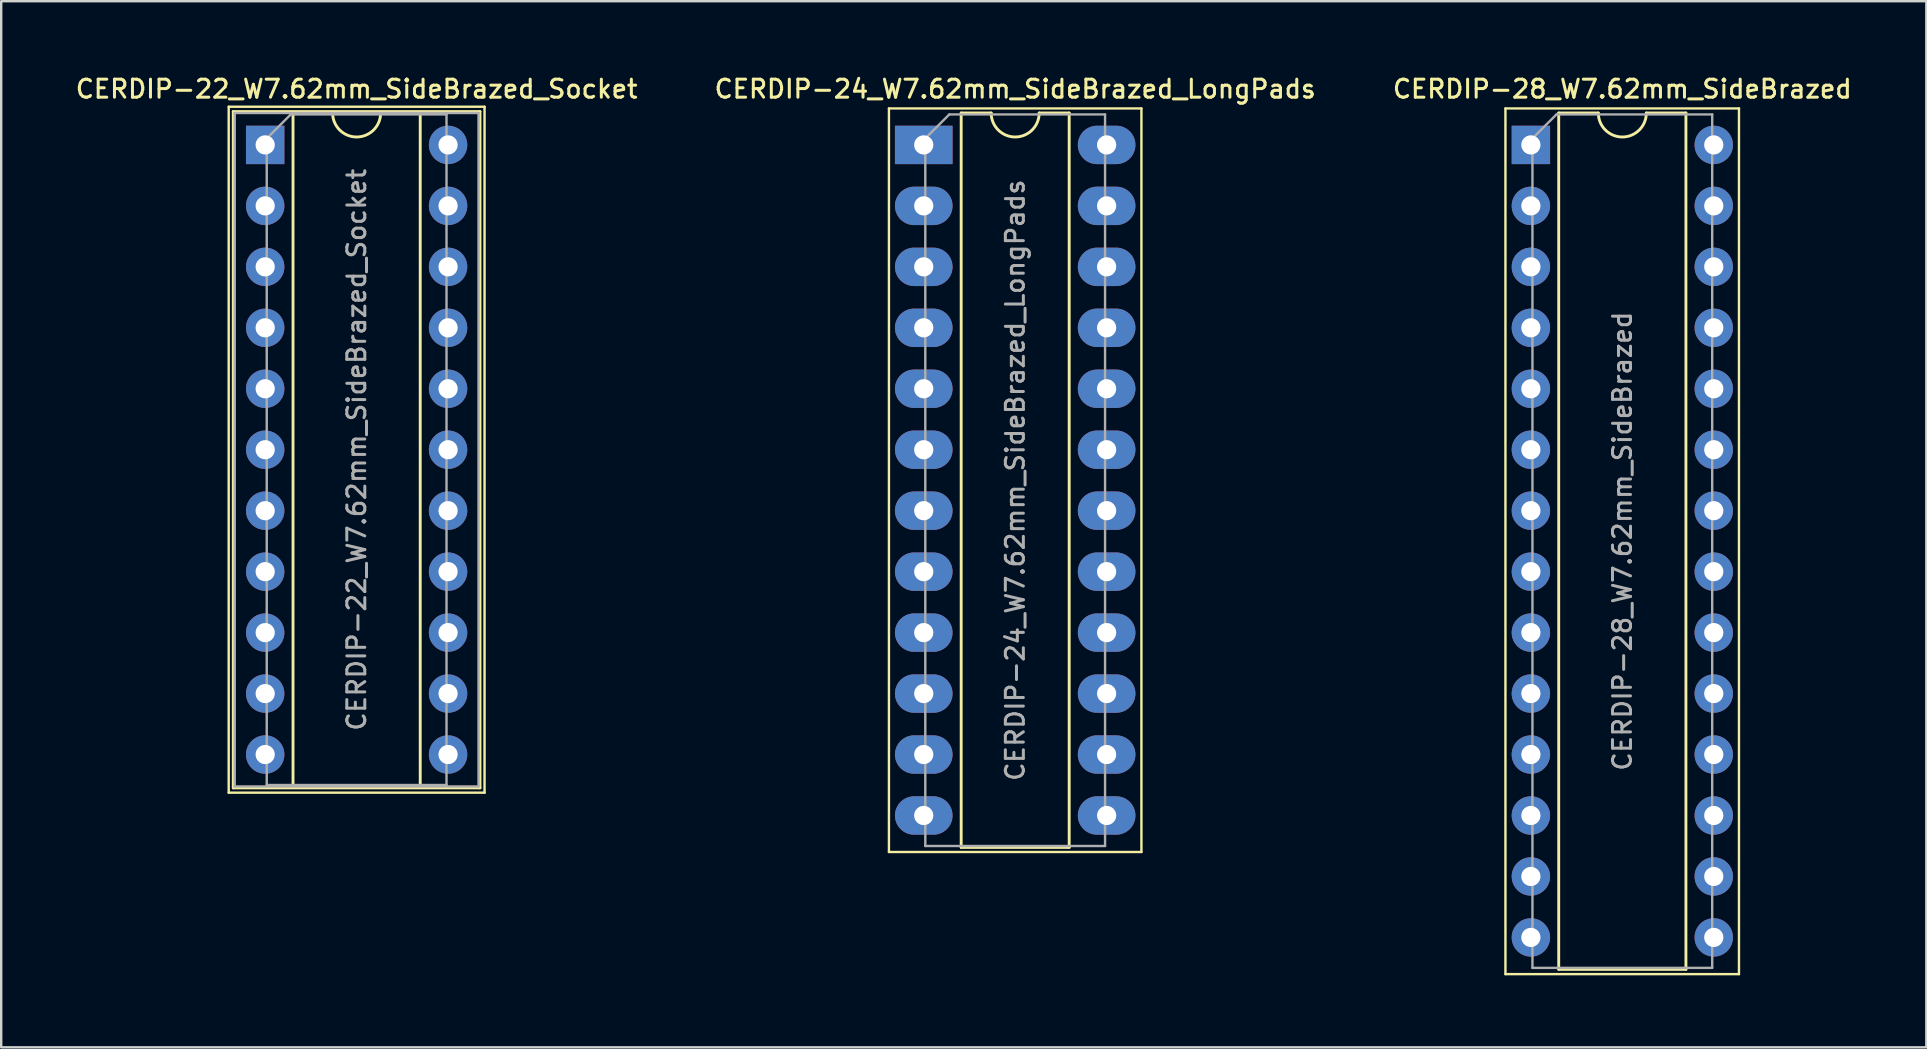
<source format=kicad_pcb>
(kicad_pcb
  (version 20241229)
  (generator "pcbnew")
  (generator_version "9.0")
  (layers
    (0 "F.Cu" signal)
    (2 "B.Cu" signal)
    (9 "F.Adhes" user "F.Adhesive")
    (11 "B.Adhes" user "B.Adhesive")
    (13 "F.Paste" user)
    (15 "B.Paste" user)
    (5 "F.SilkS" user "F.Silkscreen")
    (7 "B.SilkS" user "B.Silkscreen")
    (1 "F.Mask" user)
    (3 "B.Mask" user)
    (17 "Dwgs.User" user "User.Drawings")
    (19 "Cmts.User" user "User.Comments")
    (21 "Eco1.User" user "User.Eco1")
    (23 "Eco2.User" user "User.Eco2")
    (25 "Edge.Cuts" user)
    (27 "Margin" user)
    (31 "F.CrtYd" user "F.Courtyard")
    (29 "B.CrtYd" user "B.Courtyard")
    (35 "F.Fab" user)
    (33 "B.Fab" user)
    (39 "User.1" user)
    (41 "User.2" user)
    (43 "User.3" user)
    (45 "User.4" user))
  (footprint "CERDIP-24_W7.62mm_SideBrazed_LongPads"
    (layer "F.Cu")
    (at 35.438 2.988)
    (property "Reference" "CERDIP-24_W7.62mm_SideBrazed_LongPads" (at 3.81 -2.33 0) (layer "F.SilkS") (effects (font (size 0.75 0.75) (thickness 0.125))))
    (attr through_hole)
    (fp_line (start -1.45 -1.52) (end -1.45 29.46) (stroke (width 0.1) (type solid)) (layer "F.SilkS"))
    (fp_line (start -1.45 29.46) (end 9.07 29.46) (stroke (width 0.1) (type solid)) (layer "F.SilkS"))
    (fp_line (start 1.56 -1.33) (end 1.56 29.27) (stroke (width 0.12) (type solid)) (layer "F.SilkS"))
    (fp_line (start 1.56 29.27) (end 6.06 29.27) (stroke (width 0.12) (type solid)) (layer "F.SilkS"))
    (fp_line (start 2.81 -1.33) (end 1.56 -1.33) (stroke (width 0.12) (type solid)) (layer "F.SilkS"))
    (fp_line (start 6.06 -1.33) (end 4.81 -1.33) (stroke (width 0.12) (type solid)) (layer "F.SilkS"))
    (fp_line (start 6.06 29.27) (end 6.06 -1.33) (stroke (width 0.12) (type solid)) (layer "F.SilkS"))
    (fp_line (start 9.07 -1.52) (end -1.45 -1.52) (stroke (width 0.1) (type solid)) (layer "F.SilkS"))
    (fp_line (start 9.07 29.46) (end 9.07 -1.52) (stroke (width 0.1) (type solid)) (layer "F.SilkS"))
    (fp_arc (start 4.81 -1.33) (mid 3.81 -0.33) (end 2.81 -1.33) (stroke (width 0.12) (type solid)) (layer "F.SilkS"))
    (fp_line (start 0.065 -0.27) (end 1.065 -1.27) (stroke (width 0.1) (type solid)) (layer "F.Fab"))
    (fp_line (start 0.065 29.21) (end 0.065 -0.27) (stroke (width 0.1) (type solid)) (layer "F.Fab"))
    (fp_line (start 1.065 -1.27) (end 7.555 -1.27) (stroke (width 0.1) (type solid)) (layer "F.Fab"))
    (fp_line (start 7.555 -1.27) (end 7.555 29.21) (stroke (width 0.1) (type solid)) (layer "F.Fab"))
    (fp_line (start 7.555 29.21) (end 0.065 29.21) (stroke (width 0.1) (type solid)) (layer "F.Fab"))
    (fp_text user "${REFERENCE}" (at 3.81 13.97 90) (layer "F.Fab") (effects (font (size 0.75 0.75) (thickness 0.125))))
    (pad "1" thru_hole rect (at 0 0) (size 2.4 1.6) (drill 0.8) (layers "*.Cu" "*.Mask"))
    (pad "2" thru_hole oval (at 0 2.54) (size 2.4 1.6) (drill 0.8) (layers "*.Cu" "*.Mask"))
    (pad "3" thru_hole oval (at 0 5.08) (size 2.4 1.6) (drill 0.8) (layers "*.Cu" "*.Mask"))
    (pad "4" thru_hole oval (at 0 7.62) (size 2.4 1.6) (drill 0.8) (layers "*.Cu" "*.Mask"))
    (pad "5" thru_hole oval (at 0 10.16) (size 2.4 1.6) (drill 0.8) (layers "*.Cu" "*.Mask"))
    (pad "6" thru_hole oval (at 0 12.7) (size 2.4 1.6) (drill 0.8) (layers "*.Cu" "*.Mask"))
    (pad "7" thru_hole oval (at 0 15.24) (size 2.4 1.6) (drill 0.8) (layers "*.Cu" "*.Mask"))
    (pad "8" thru_hole oval (at 0 17.78) (size 2.4 1.6) (drill 0.8) (layers "*.Cu" "*.Mask"))
    (pad "9" thru_hole oval (at 0 20.32) (size 2.4 1.6) (drill 0.8) (layers "*.Cu" "*.Mask"))
    (pad "10" thru_hole oval (at 0 22.86) (size 2.4 1.6) (drill 0.8) (layers "*.Cu" "*.Mask"))
    (pad "11" thru_hole oval (at 0 25.4) (size 2.4 1.6) (drill 0.8) (layers "*.Cu" "*.Mask"))
    (pad "12" thru_hole oval (at 0 27.94) (size 2.4 1.6) (drill 0.8) (layers "*.Cu" "*.Mask"))
    (pad "13" thru_hole oval (at 7.62 27.94) (size 2.4 1.6) (drill 0.8) (layers "*.Cu" "*.Mask"))
    (pad "14" thru_hole oval (at 7.62 25.4) (size 2.4 1.6) (drill 0.8) (layers "*.Cu" "*.Mask"))
    (pad "15" thru_hole oval (at 7.62 22.86) (size 2.4 1.6) (drill 0.8) (layers "*.Cu" "*.Mask"))
    (pad "16" thru_hole oval (at 7.62 20.32) (size 2.4 1.6) (drill 0.8) (layers "*.Cu" "*.Mask"))
    (pad "17" thru_hole oval (at 7.62 17.78) (size 2.4 1.6) (drill 0.8) (layers "*.Cu" "*.Mask"))
    (pad "18" thru_hole oval (at 7.62 15.24) (size 2.4 1.6) (drill 0.8) (layers "*.Cu" "*.Mask"))
    (pad "19" thru_hole oval (at 7.62 12.7) (size 2.4 1.6) (drill 0.8) (layers "*.Cu" "*.Mask"))
    (pad "20" thru_hole oval (at 7.62 10.16) (size 2.4 1.6) (drill 0.8) (layers "*.Cu" "*.Mask"))
    (pad "21" thru_hole oval (at 7.62 7.62) (size 2.4 1.6) (drill 0.8) (layers "*.Cu" "*.Mask"))
    (pad "22" thru_hole oval (at 7.62 5.08) (size 2.4 1.6) (drill 0.8) (layers "*.Cu" "*.Mask"))
    (pad "23" thru_hole oval (at 7.62 2.54) (size 2.4 1.6) (drill 0.8) (layers "*.Cu" "*.Mask"))
    (pad "24" thru_hole oval (at 7.62 0) (size 2.4 1.6) (drill 0.8) (layers "*.Cu" "*.Mask")))
  (footprint "CERDIP-28_W7.62mm_SideBrazed"
    (layer "F.Cu")
    (at 60.735 2.988)
    (property "Reference" "CERDIP-28_W7.62mm_SideBrazed" (at 3.81 -2.33 0) (layer "F.SilkS") (effects (font (size 0.75 0.75) (thickness 0.125))))
    (attr through_hole)
    (fp_line (start -1.06 -1.52) (end -1.06 34.55) (stroke (width 0.1) (type solid)) (layer "F.SilkS"))
    (fp_line (start -1.06 34.55) (end 8.67 34.55) (stroke (width 0.1) (type solid)) (layer "F.SilkS"))
    (fp_line (start 1.16 -1.33) (end 1.16 34.35) (stroke (width 0.12) (type solid)) (layer "F.SilkS"))
    (fp_line (start 1.16 34.35) (end 6.46 34.35) (stroke (width 0.12) (type solid)) (layer "F.SilkS"))
    (fp_line (start 2.81 -1.33) (end 1.16 -1.33) (stroke (width 0.12) (type solid)) (layer "F.SilkS"))
    (fp_line (start 6.46 -1.33) (end 4.81 -1.33) (stroke (width 0.12) (type solid)) (layer "F.SilkS"))
    (fp_line (start 6.46 34.35) (end 6.46 -1.33) (stroke (width 0.12) (type solid)) (layer "F.SilkS"))
    (fp_line (start 8.67 -1.52) (end -1.06 -1.52) (stroke (width 0.1) (type solid)) (layer "F.SilkS"))
    (fp_line (start 8.67 34.55) (end 8.67 -1.52) (stroke (width 0.1) (type solid)) (layer "F.SilkS"))
    (fp_arc (start 4.81 -1.33) (mid 3.81 -0.33) (end 2.81 -1.33) (stroke (width 0.12) (type solid)) (layer "F.SilkS"))
    (fp_line (start 0.065 -0.27) (end 1.065 -1.27) (stroke (width 0.1) (type solid)) (layer "F.Fab"))
    (fp_line (start 0.065 34.29) (end 0.065 -0.27) (stroke (width 0.1) (type solid)) (layer "F.Fab"))
    (fp_line (start 1.065 -1.27) (end 7.555 -1.27) (stroke (width 0.1) (type solid)) (layer "F.Fab"))
    (fp_line (start 7.555 -1.27) (end 7.555 34.29) (stroke (width 0.1) (type solid)) (layer "F.Fab"))
    (fp_line (start 7.555 34.29) (end 0.065 34.29) (stroke (width 0.1) (type solid)) (layer "F.Fab"))
    (fp_text user "${REFERENCE}" (at 3.81 16.51 90) (layer "F.Fab") (effects (font (size 0.75 0.75) (thickness 0.125))))
    (pad "1" thru_hole rect (at 0 0) (size 1.6 1.6) (drill 0.8) (layers "*.Cu" "*.Mask"))
    (pad "2" thru_hole circle (at 0 2.54) (size 1.6 1.6) (drill 0.8) (layers "*.Cu" "*.Mask"))
    (pad "3" thru_hole circle (at 0 5.08) (size 1.6 1.6) (drill 0.8) (layers "*.Cu" "*.Mask"))
    (pad "4" thru_hole circle (at 0 7.62) (size 1.6 1.6) (drill 0.8) (layers "*.Cu" "*.Mask"))
    (pad "5" thru_hole circle (at 0 10.16) (size 1.6 1.6) (drill 0.8) (layers "*.Cu" "*.Mask"))
    (pad "6" thru_hole circle (at 0 12.7) (size 1.6 1.6) (drill 0.8) (layers "*.Cu" "*.Mask"))
    (pad "7" thru_hole circle (at 0 15.24) (size 1.6 1.6) (drill 0.8) (layers "*.Cu" "*.Mask"))
    (pad "8" thru_hole circle (at 0 17.78) (size 1.6 1.6) (drill 0.8) (layers "*.Cu" "*.Mask"))
    (pad "9" thru_hole circle (at 0 20.32) (size 1.6 1.6) (drill 0.8) (layers "*.Cu" "*.Mask"))
    (pad "10" thru_hole circle (at 0 22.86) (size 1.6 1.6) (drill 0.8) (layers "*.Cu" "*.Mask"))
    (pad "11" thru_hole circle (at 0 25.4) (size 1.6 1.6) (drill 0.8) (layers "*.Cu" "*.Mask"))
    (pad "12" thru_hole circle (at 0 27.94) (size 1.6 1.6) (drill 0.8) (layers "*.Cu" "*.Mask"))
    (pad "13" thru_hole circle (at 0 30.48) (size 1.6 1.6) (drill 0.8) (layers "*.Cu" "*.Mask"))
    (pad "14" thru_hole circle (at 0 33.02) (size 1.6 1.6) (drill 0.8) (layers "*.Cu" "*.Mask"))
    (pad "15" thru_hole circle (at 7.62 33.02) (size 1.6 1.6) (drill 0.8) (layers "*.Cu" "*.Mask"))
    (pad "16" thru_hole circle (at 7.62 30.48) (size 1.6 1.6) (drill 0.8) (layers "*.Cu" "*.Mask"))
    (pad "17" thru_hole circle (at 7.62 27.94) (size 1.6 1.6) (drill 0.8) (layers "*.Cu" "*.Mask"))
    (pad "18" thru_hole circle (at 7.62 25.4) (size 1.6 1.6) (drill 0.8) (layers "*.Cu" "*.Mask"))
    (pad "19" thru_hole circle (at 7.62 22.86) (size 1.6 1.6) (drill 0.8) (layers "*.Cu" "*.Mask"))
    (pad "20" thru_hole circle (at 7.62 20.32) (size 1.6 1.6) (drill 0.8) (layers "*.Cu" "*.Mask"))
    (pad "21" thru_hole circle (at 7.62 17.78) (size 1.6 1.6) (drill 0.8) (layers "*.Cu" "*.Mask"))
    (pad "22" thru_hole circle (at 7.62 15.24) (size 1.6 1.6) (drill 0.8) (layers "*.Cu" "*.Mask"))
    (pad "23" thru_hole circle (at 7.62 12.7) (size 1.6 1.6) (drill 0.8) (layers "*.Cu" "*.Mask"))
    (pad "24" thru_hole circle (at 7.62 10.16) (size 1.6 1.6) (drill 0.8) (layers "*.Cu" "*.Mask"))
    (pad "25" thru_hole circle (at 7.62 7.62) (size 1.6 1.6) (drill 0.8) (layers "*.Cu" "*.Mask"))
    (pad "26" thru_hole circle (at 7.62 5.08) (size 1.6 1.6) (drill 0.8) (layers "*.Cu" "*.Mask"))
    (pad "27" thru_hole circle (at 7.62 2.54) (size 1.6 1.6) (drill 0.8) (layers "*.Cu" "*.Mask"))
    (pad "28" thru_hole circle (at 7.62 0) (size 1.6 1.6) (drill 0.8) (layers "*.Cu" "*.Mask")))
  (footprint "CERDIP-22_W7.62mm_SideBrazed_Socket"
    (layer "F.Cu")
    (at 7.999 2.988)
    (property "Reference" "CERDIP-22_W7.62mm_SideBrazed_Socket" (at 3.81 -2.33 0) (layer "F.SilkS") (effects (font (size 0.75 0.75) (thickness 0.125))))
    (attr through_hole)
    (fp_line (start -1.52 -1.59) (end -1.52 26.99) (stroke (width 0.1) (type solid)) (layer "F.SilkS"))
    (fp_line (start -1.52 26.99) (end 9.14 26.99) (stroke (width 0.1) (type solid)) (layer "F.SilkS"))
    (fp_line (start -1.33 -1.39) (end -1.33 26.79) (stroke (width 0.12) (type solid)) (layer "F.SilkS"))
    (fp_line (start -1.33 26.79) (end 8.95 26.79) (stroke (width 0.12) (type solid)) (layer "F.SilkS"))
    (fp_line (start 1.16 -1.33) (end 1.16 26.73) (stroke (width 0.12) (type solid)) (layer "F.SilkS"))
    (fp_line (start 1.16 26.73) (end 6.46 26.73) (stroke (width 0.12) (type solid)) (layer "F.SilkS"))
    (fp_line (start 2.81 -1.33) (end 1.16 -1.33) (stroke (width 0.12) (type solid)) (layer "F.SilkS"))
    (fp_line (start 6.46 -1.33) (end 4.81 -1.33) (stroke (width 0.12) (type solid)) (layer "F.SilkS"))
    (fp_line (start 6.46 26.73) (end 6.46 -1.33) (stroke (width 0.12) (type solid)) (layer "F.SilkS"))
    (fp_line (start 8.95 -1.39) (end -1.33 -1.39) (stroke (width 0.12) (type solid)) (layer "F.SilkS"))
    (fp_line (start 8.95 26.79) (end 8.95 -1.39) (stroke (width 0.12) (type solid)) (layer "F.SilkS"))
    (fp_line (start 9.14 -1.59) (end -1.52 -1.59) (stroke (width 0.1) (type solid)) (layer "F.SilkS"))
    (fp_line (start 9.14 26.99) (end 9.14 -1.59) (stroke (width 0.1) (type solid)) (layer "F.SilkS"))
    (fp_arc (start 4.81 -1.33) (mid 3.81 -0.33) (end 2.81 -1.33) (stroke (width 0.12) (type solid)) (layer "F.SilkS"))
    (fp_line (start -1.27 -1.33) (end -1.27 26.73) (stroke (width 0.1) (type solid)) (layer "F.Fab"))
    (fp_line (start -1.27 26.73) (end 8.89 26.73) (stroke (width 0.1) (type solid)) (layer "F.Fab"))
    (fp_line (start 0.065 -0.27) (end 1.065 -1.27) (stroke (width 0.1) (type solid)) (layer "F.Fab"))
    (fp_line (start 0.065 26.67) (end 0.065 -0.27) (stroke (width 0.1) (type solid)) (layer "F.Fab"))
    (fp_line (start 1.065 -1.27) (end 7.555 -1.27) (stroke (width 0.1) (type solid)) (layer "F.Fab"))
    (fp_line (start 7.555 -1.27) (end 7.555 26.67) (stroke (width 0.1) (type solid)) (layer "F.Fab"))
    (fp_line (start 7.555 26.67) (end 0.065 26.67) (stroke (width 0.1) (type solid)) (layer "F.Fab"))
    (fp_line (start 8.89 -1.33) (end -1.27 -1.33) (stroke (width 0.1) (type solid)) (layer "F.Fab"))
    (fp_line (start 8.89 26.73) (end 8.89 -1.33) (stroke (width 0.1) (type solid)) (layer "F.Fab"))
    (fp_text user "${REFERENCE}" (at 3.81 12.7 90) (layer "F.Fab") (effects (font (size 0.75 0.75) (thickness 0.125))))
    (pad "1" thru_hole rect (at 0 0) (size 1.6 1.6) (drill 0.8) (layers "*.Cu" "*.Mask"))
    (pad "2" thru_hole circle (at 0 2.54) (size 1.6 1.6) (drill 0.8) (layers "*.Cu" "*.Mask"))
    (pad "3" thru_hole circle (at 0 5.08) (size 1.6 1.6) (drill 0.8) (layers "*.Cu" "*.Mask"))
    (pad "4" thru_hole circle (at 0 7.62) (size 1.6 1.6) (drill 0.8) (layers "*.Cu" "*.Mask"))
    (pad "5" thru_hole circle (at 0 10.16) (size 1.6 1.6) (drill 0.8) (layers "*.Cu" "*.Mask"))
    (pad "6" thru_hole circle (at 0 12.7) (size 1.6 1.6) (drill 0.8) (layers "*.Cu" "*.Mask"))
    (pad "7" thru_hole circle (at 0 15.24) (size 1.6 1.6) (drill 0.8) (layers "*.Cu" "*.Mask"))
    (pad "8" thru_hole circle (at 0 17.78) (size 1.6 1.6) (drill 0.8) (layers "*.Cu" "*.Mask"))
    (pad "9" thru_hole circle (at 0 20.32) (size 1.6 1.6) (drill 0.8) (layers "*.Cu" "*.Mask"))
    (pad "10" thru_hole circle (at 0 22.86) (size 1.6 1.6) (drill 0.8) (layers "*.Cu" "*.Mask"))
    (pad "11" thru_hole circle (at 0 25.4) (size 1.6 1.6) (drill 0.8) (layers "*.Cu" "*.Mask"))
    (pad "12" thru_hole circle (at 7.62 25.4) (size 1.6 1.6) (drill 0.8) (layers "*.Cu" "*.Mask"))
    (pad "13" thru_hole circle (at 7.62 22.86) (size 1.6 1.6) (drill 0.8) (layers "*.Cu" "*.Mask"))
    (pad "14" thru_hole circle (at 7.62 20.32) (size 1.6 1.6) (drill 0.8) (layers "*.Cu" "*.Mask"))
    (pad "15" thru_hole circle (at 7.62 17.78) (size 1.6 1.6) (drill 0.8) (layers "*.Cu" "*.Mask"))
    (pad "16" thru_hole circle (at 7.62 15.24) (size 1.6 1.6) (drill 0.8) (layers "*.Cu" "*.Mask"))
    (pad "17" thru_hole circle (at 7.62 12.7) (size 1.6 1.6) (drill 0.8) (layers "*.Cu" "*.Mask"))
    (pad "18" thru_hole circle (at 7.62 10.16) (size 1.6 1.6) (drill 0.8) (layers "*.Cu" "*.Mask"))
    (pad "19" thru_hole circle (at 7.62 7.62) (size 1.6 1.6) (drill 0.8) (layers "*.Cu" "*.Mask"))
    (pad "20" thru_hole circle (at 7.62 5.08) (size 1.6 1.6) (drill 0.8) (layers "*.Cu" "*.Mask"))
    (pad "21" thru_hole circle (at 7.62 2.54) (size 1.6 1.6) (drill 0.8) (layers "*.Cu" "*.Mask"))
    (pad "22" thru_hole circle (at 7.62 0) (size 1.6 1.6) (drill 0.8) (layers "*.Cu" "*.Mask")))
  (gr_rect
    (start -3 -3)
    (end 77.211 40.588)
    (stroke (width 0.1) (type default))
    (fill no)
    (layer "Edge.Cuts")))
</source>
